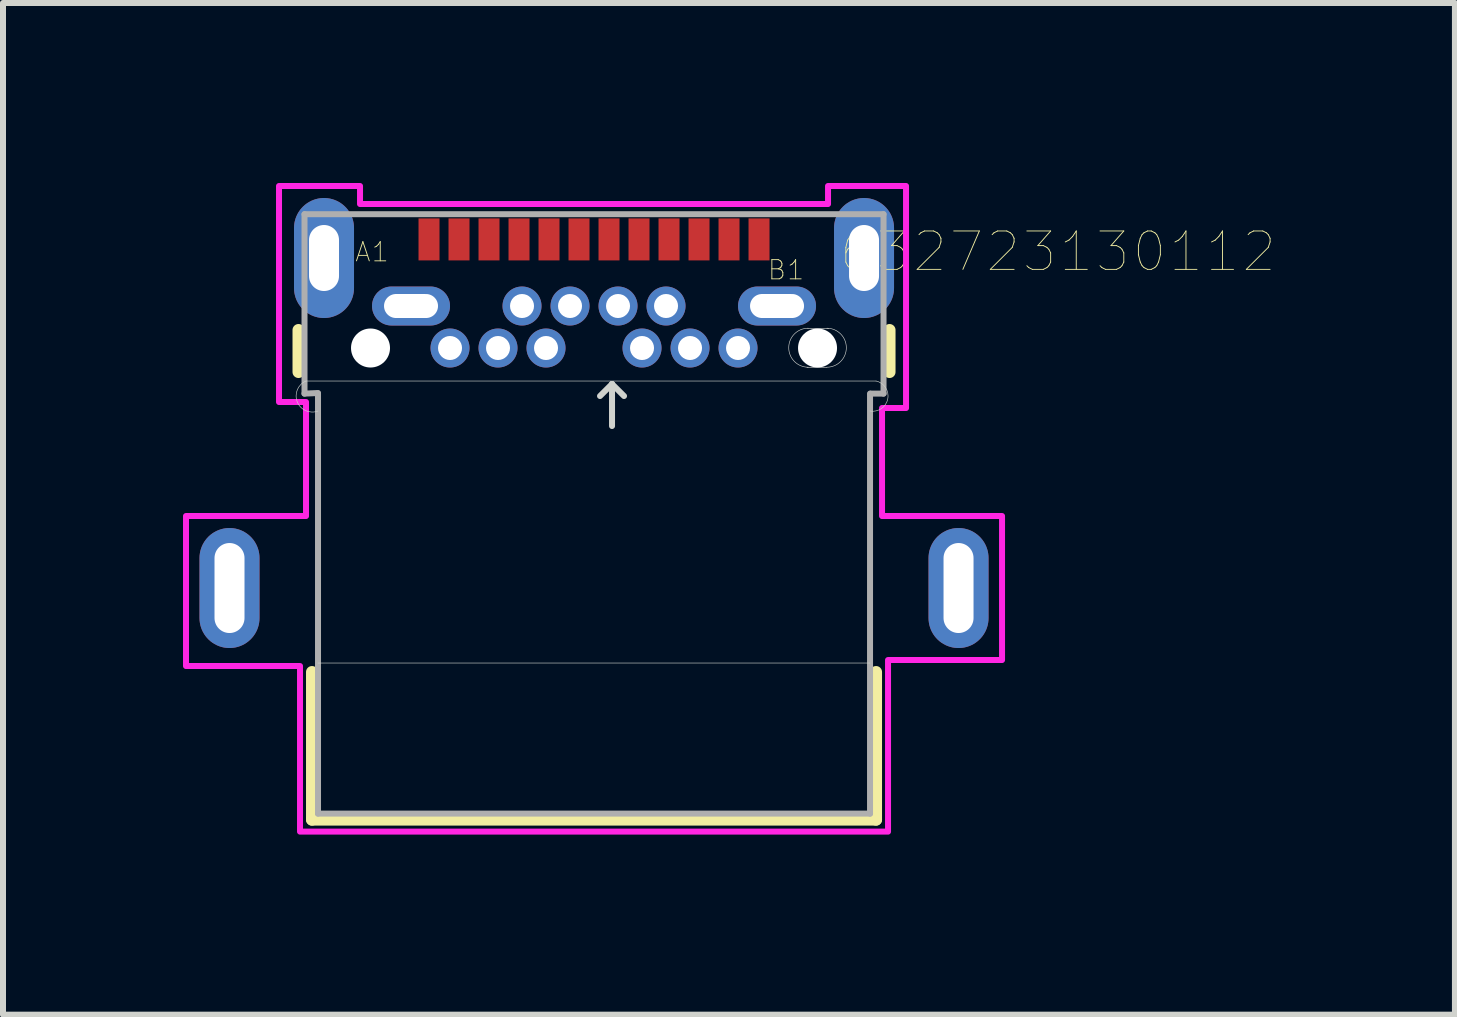
<source format=kicad_pcb>
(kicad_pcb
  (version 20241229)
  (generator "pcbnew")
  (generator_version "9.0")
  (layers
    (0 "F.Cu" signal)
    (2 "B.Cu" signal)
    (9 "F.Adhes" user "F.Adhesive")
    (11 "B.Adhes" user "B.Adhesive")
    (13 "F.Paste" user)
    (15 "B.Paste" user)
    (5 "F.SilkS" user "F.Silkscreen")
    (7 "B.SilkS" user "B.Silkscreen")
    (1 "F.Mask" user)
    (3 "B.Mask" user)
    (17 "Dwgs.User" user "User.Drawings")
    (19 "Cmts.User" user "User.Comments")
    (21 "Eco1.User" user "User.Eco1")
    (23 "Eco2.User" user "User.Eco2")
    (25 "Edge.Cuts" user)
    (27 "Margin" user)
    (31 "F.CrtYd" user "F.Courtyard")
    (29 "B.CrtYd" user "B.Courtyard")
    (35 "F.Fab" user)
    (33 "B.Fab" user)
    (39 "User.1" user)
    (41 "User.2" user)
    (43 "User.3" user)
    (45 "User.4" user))
  (footprint "632723130112"
    (layer "F.Cu")
    (at 6.85 5.515)
    (property "Reference" "632723130112" (at 7.732 -4.371 0) (layer "F.SilkS") (effects (font (size 0.64 0.64) (thickness 0.015))))
    (attr through_hole)
    (fp_line (start -4.925 -3.065) (end -4.925 -2.365) (stroke (width 0.2) (type solid)) (layer "F.SilkS"))
    (fp_line (start -4.7 2.635) (end -4.7 5.095) (stroke (width 0.2) (type solid)) (layer "F.SilkS"))
    (fp_line (start -4.7 5.095) (end 4.7 5.095) (stroke (width 0.2) (type solid)) (layer "F.SilkS"))
    (fp_line (start 4.7 5.095) (end 4.7 2.635) (stroke (width 0.2) (type solid)) (layer "F.SilkS"))
    (fp_line (start 4.925 -2.365) (end 4.925 -3.065) (stroke (width 0.2) (type solid)) (layer "F.SilkS"))
    (fp_line (start -4.8 -2.215) (end 4.7 -2.215) (stroke (width 0.01) (type solid)) (layer "Edge.Cuts"))
    (fp_line (start -4.6 2.485) (end 4.6 2.485) (stroke (width 0.01) (type solid)) (layer "Edge.Cuts"))
    (fp_line (start 0.3 -2.165) (end 0.1 -1.965) (stroke (width 0.1) (type solid)) (layer "Edge.Cuts"))
    (fp_line (start 0.3 -2.165) (end 0.3 -1.465) (stroke (width 0.1) (type solid)) (layer "Edge.Cuts"))
    (fp_line (start 0.3 -2.165) (end 0.5 -1.965) (stroke (width 0.1) (type solid)) (layer "Edge.Cuts"))
    (fp_line (start 3.56 -3.09) (end 3.91 -3.09) (stroke (width 0.01) (type solid)) (layer "Edge.Cuts"))
    (fp_line (start 3.88 -2.44) (end 3.55 -2.44) (stroke (width 0.01) (type solid)) (layer "Edge.Cuts"))
    (fp_arc (start -4.6 -1.715) (mid -4.95 -1.865) (end -4.8 -2.215) (stroke (width 0.01) (type solid)) (layer "Edge.Cuts"))
    (fp_arc (start 3.57 -2.445) (mid 3.245 -2.77) (end 3.57 -3.095) (stroke (width 0.01) (type solid)) (layer "Edge.Cuts"))
    (fp_arc (start 3.88 -3.095) (mid 4.205 -2.77) (end 3.88 -2.445) (stroke (width 0.01) (type solid)) (layer "Edge.Cuts"))
    (fp_arc (start 4.7 -2.215) (mid 4.9 -1.915) (end 4.6 -1.715) (stroke (width 0.01) (type solid)) (layer "Edge.Cuts"))
    (fp_poly (pts (xy -5.25 -5.465) (xy -3.9 -5.465) (xy -3.9 -5.165) (xy 3.9 -5.165) (xy 3.9 -5.465) (xy 5.2 -5.465) (xy 5.2 -1.765) (xy 4.8 -1.765) (xy 4.8 0.035) (xy 6.8 0.035) (xy 6.8 2.435) (xy 4.9 2.435) (xy 4.9 5.295) (xy -4.9 5.295) (xy -4.9 2.535) (xy -6.8 2.535) (xy -6.8 0.035) (xy -4.8 0.035) (xy -4.8 -1.865) (xy -5.25 -1.865)) (stroke (width 0.1) (type solid)) (fill no) (layer "F.CrtYd"))
    (fp_line (start -4.825 -4.995) (end -4.825 -2.005) (stroke (width 0.1) (type solid)) (layer "F.Fab"))
    (fp_line (start -4.825 -4.995) (end 4.825 -4.995) (stroke (width 0.1) (type solid)) (layer "F.Fab"))
    (fp_line (start -4.6 -2.015) (end -4.825 -2.005) (stroke (width 0.1) (type solid)) (layer "F.Fab"))
    (fp_line (start -4.6 4.995) (end -4.6 -2.005) (stroke (width 0.1) (type solid)) (layer "F.Fab"))
    (fp_line (start 4.6 -2.005) (end 4.6 4.995) (stroke (width 0.1) (type solid)) (layer "F.Fab"))
    (fp_line (start 4.6 4.995) (end -4.6 4.995) (stroke (width 0.1) (type solid)) (layer "F.Fab"))
    (fp_line (start 4.825 -4.995) (end 4.825 -2.005) (stroke (width 0.1) (type solid)) (layer "F.Fab"))
    (fp_line (start 4.825 -2.005) (end 4.61 -2.005) (stroke (width 0.1) (type solid)) (layer "F.Fab"))
    (fp_text user "B1" (at 3.2 -4.065 0) (layer "F.SilkS") (effects (font (size 0.32 0.32) (thickness 0.015))))
    (fp_text user "A1" (at -3.7 -4.365 0) (layer "F.SilkS") (effects (font (size 0.32 0.32) (thickness 0.015))))
    (fp_text user "PCB~{cut~out}Area" (at 3.44 -2.625 0) (layer "Edge.Cuts") (effects (font (size 0.1 0.1) (thickness 0.015))))
    (fp_text user "PCB~{Cutout}Area" (at -3.36 -0.525 0) (layer "Edge.Cuts") (effects (font (size 0.48 0.48) (thickness 0.015))))
    (pad "" np_thru_hole circle (at -3.725 -2.765) (size 0.65 0.65) (drill 0.65) (layers "*.Cu" "*.Mask"))
    (pad "" np_thru_hole circle (at 3.725 -2.765) (size 0.65 0.65) (drill 0.65) (layers "*.Cu" "*.Mask"))
    (pad "A1" smd rect (at -2.75 -4.575) (size 0.35 0.7) (layers "F.Cu" "F.Mask" "F.Paste"))
    (pad "A2" smd rect (at -2.25 -4.575) (size 0.35 0.7) (layers "F.Cu" "F.Mask" "F.Paste"))
    (pad "A3" smd rect (at -1.75 -4.575) (size 0.35 0.7) (layers "F.Cu" "F.Mask" "F.Paste"))
    (pad "A4" smd rect (at -1.25 -4.575) (size 0.35 0.7) (layers "F.Cu" "F.Mask" "F.Paste"))
    (pad "A5" smd rect (at -0.75 -4.575) (size 0.35 0.7) (layers "F.Cu" "F.Mask" "F.Paste"))
    (pad "A6" smd rect (at -0.25 -4.575) (size 0.35 0.7) (layers "F.Cu" "F.Mask" "F.Paste"))
    (pad "A7" smd rect (at 0.25 -4.575) (size 0.35 0.7) (layers "F.Cu" "F.Mask" "F.Paste"))
    (pad "A8" smd rect (at 0.75 -4.575) (size 0.35 0.7) (layers "F.Cu" "F.Mask" "F.Paste"))
    (pad "A9" smd rect (at 1.25 -4.575) (size 0.35 0.7) (layers "F.Cu" "F.Mask" "F.Paste"))
    (pad "A10" smd rect (at 1.75 -4.575) (size 0.35 0.7) (layers "F.Cu" "F.Mask" "F.Paste"))
    (pad "A11" smd rect (at 2.25 -4.575) (size 0.35 0.7) (layers "F.Cu" "F.Mask" "F.Paste"))
    (pad "A12" smd rect (at 2.75 -4.575) (size 0.35 0.7) (layers "F.Cu" "F.Mask" "F.Paste"))
    (pad "B1" thru_hole oval (at 3.05 -3.465) (size 1.3 0.65) (drill oval 0.9 0.4) (layers "*.Cu" "*.Mask"))
    (pad "B2" thru_hole circle (at 2.4 -2.765) (size 0.65 0.65) (drill 0.4) (layers "*.Cu" "*.Mask"))
    (pad "B3" thru_hole circle (at 1.6 -2.765) (size 0.65 0.65) (drill 0.4) (layers "*.Cu" "*.Mask"))
    (pad "B4" thru_hole circle (at 1.2 -3.465) (size 0.65 0.65) (drill 0.4) (layers "*.Cu" "*.Mask"))
    (pad "B5" thru_hole circle (at 0.8 -2.765) (size 0.65 0.65) (drill 0.4) (layers "*.Cu" "*.Mask"))
    (pad "B6" thru_hole circle (at 0.4 -3.465) (size 0.65 0.65) (drill 0.4) (layers "*.Cu" "*.Mask"))
    (pad "B7" thru_hole circle (at -0.4 -3.465) (size 0.65 0.65) (drill 0.4) (layers "*.Cu" "*.Mask"))
    (pad "B8" thru_hole circle (at -0.8 -2.765) (size 0.65 0.65) (drill 0.4) (layers "*.Cu" "*.Mask"))
    (pad "B9" thru_hole circle (at -1.2 -3.465) (size 0.65 0.65) (drill 0.4) (layers "*.Cu" "*.Mask"))
    (pad "B10" thru_hole circle (at -1.6 -2.765) (size 0.65 0.65) (drill 0.4) (layers "*.Cu" "*.Mask"))
    (pad "B11" thru_hole circle (at -2.4 -2.765) (size 0.65 0.65) (drill 0.4) (layers "*.Cu" "*.Mask"))
    (pad "B12" thru_hole oval (at -3.05 -3.465) (size 1.3 0.65) (drill oval 0.9 0.4) (layers "*.Cu" "*.Mask"))
    (pad "S1" thru_hole oval (at -4.5 -4.265) (size 1 2) (drill oval 0.5 1.1) (layers "*.Cu" "*.Mask"))
    (pad "S2" thru_hole oval (at 4.5 -4.265) (size 1 2) (drill oval 0.5 1.1) (layers "*.Cu" "*.Mask"))
    (pad "S3" thru_hole oval (at -6.075 1.235) (size 1 2) (drill oval 0.5 1.5) (layers "*.Cu" "*.Mask"))
    (pad "S4" thru_hole oval (at 6.075 1.235) (size 1 2) (drill oval 0.5 1.5) (layers "*.Cu" "*.Mask")))
  (gr_rect
    (start -3 -3)
    (end 21.198 13.86)
    (stroke (width 0.1) (type default))
    (fill no)
    (layer "Edge.Cuts")))
</source>
